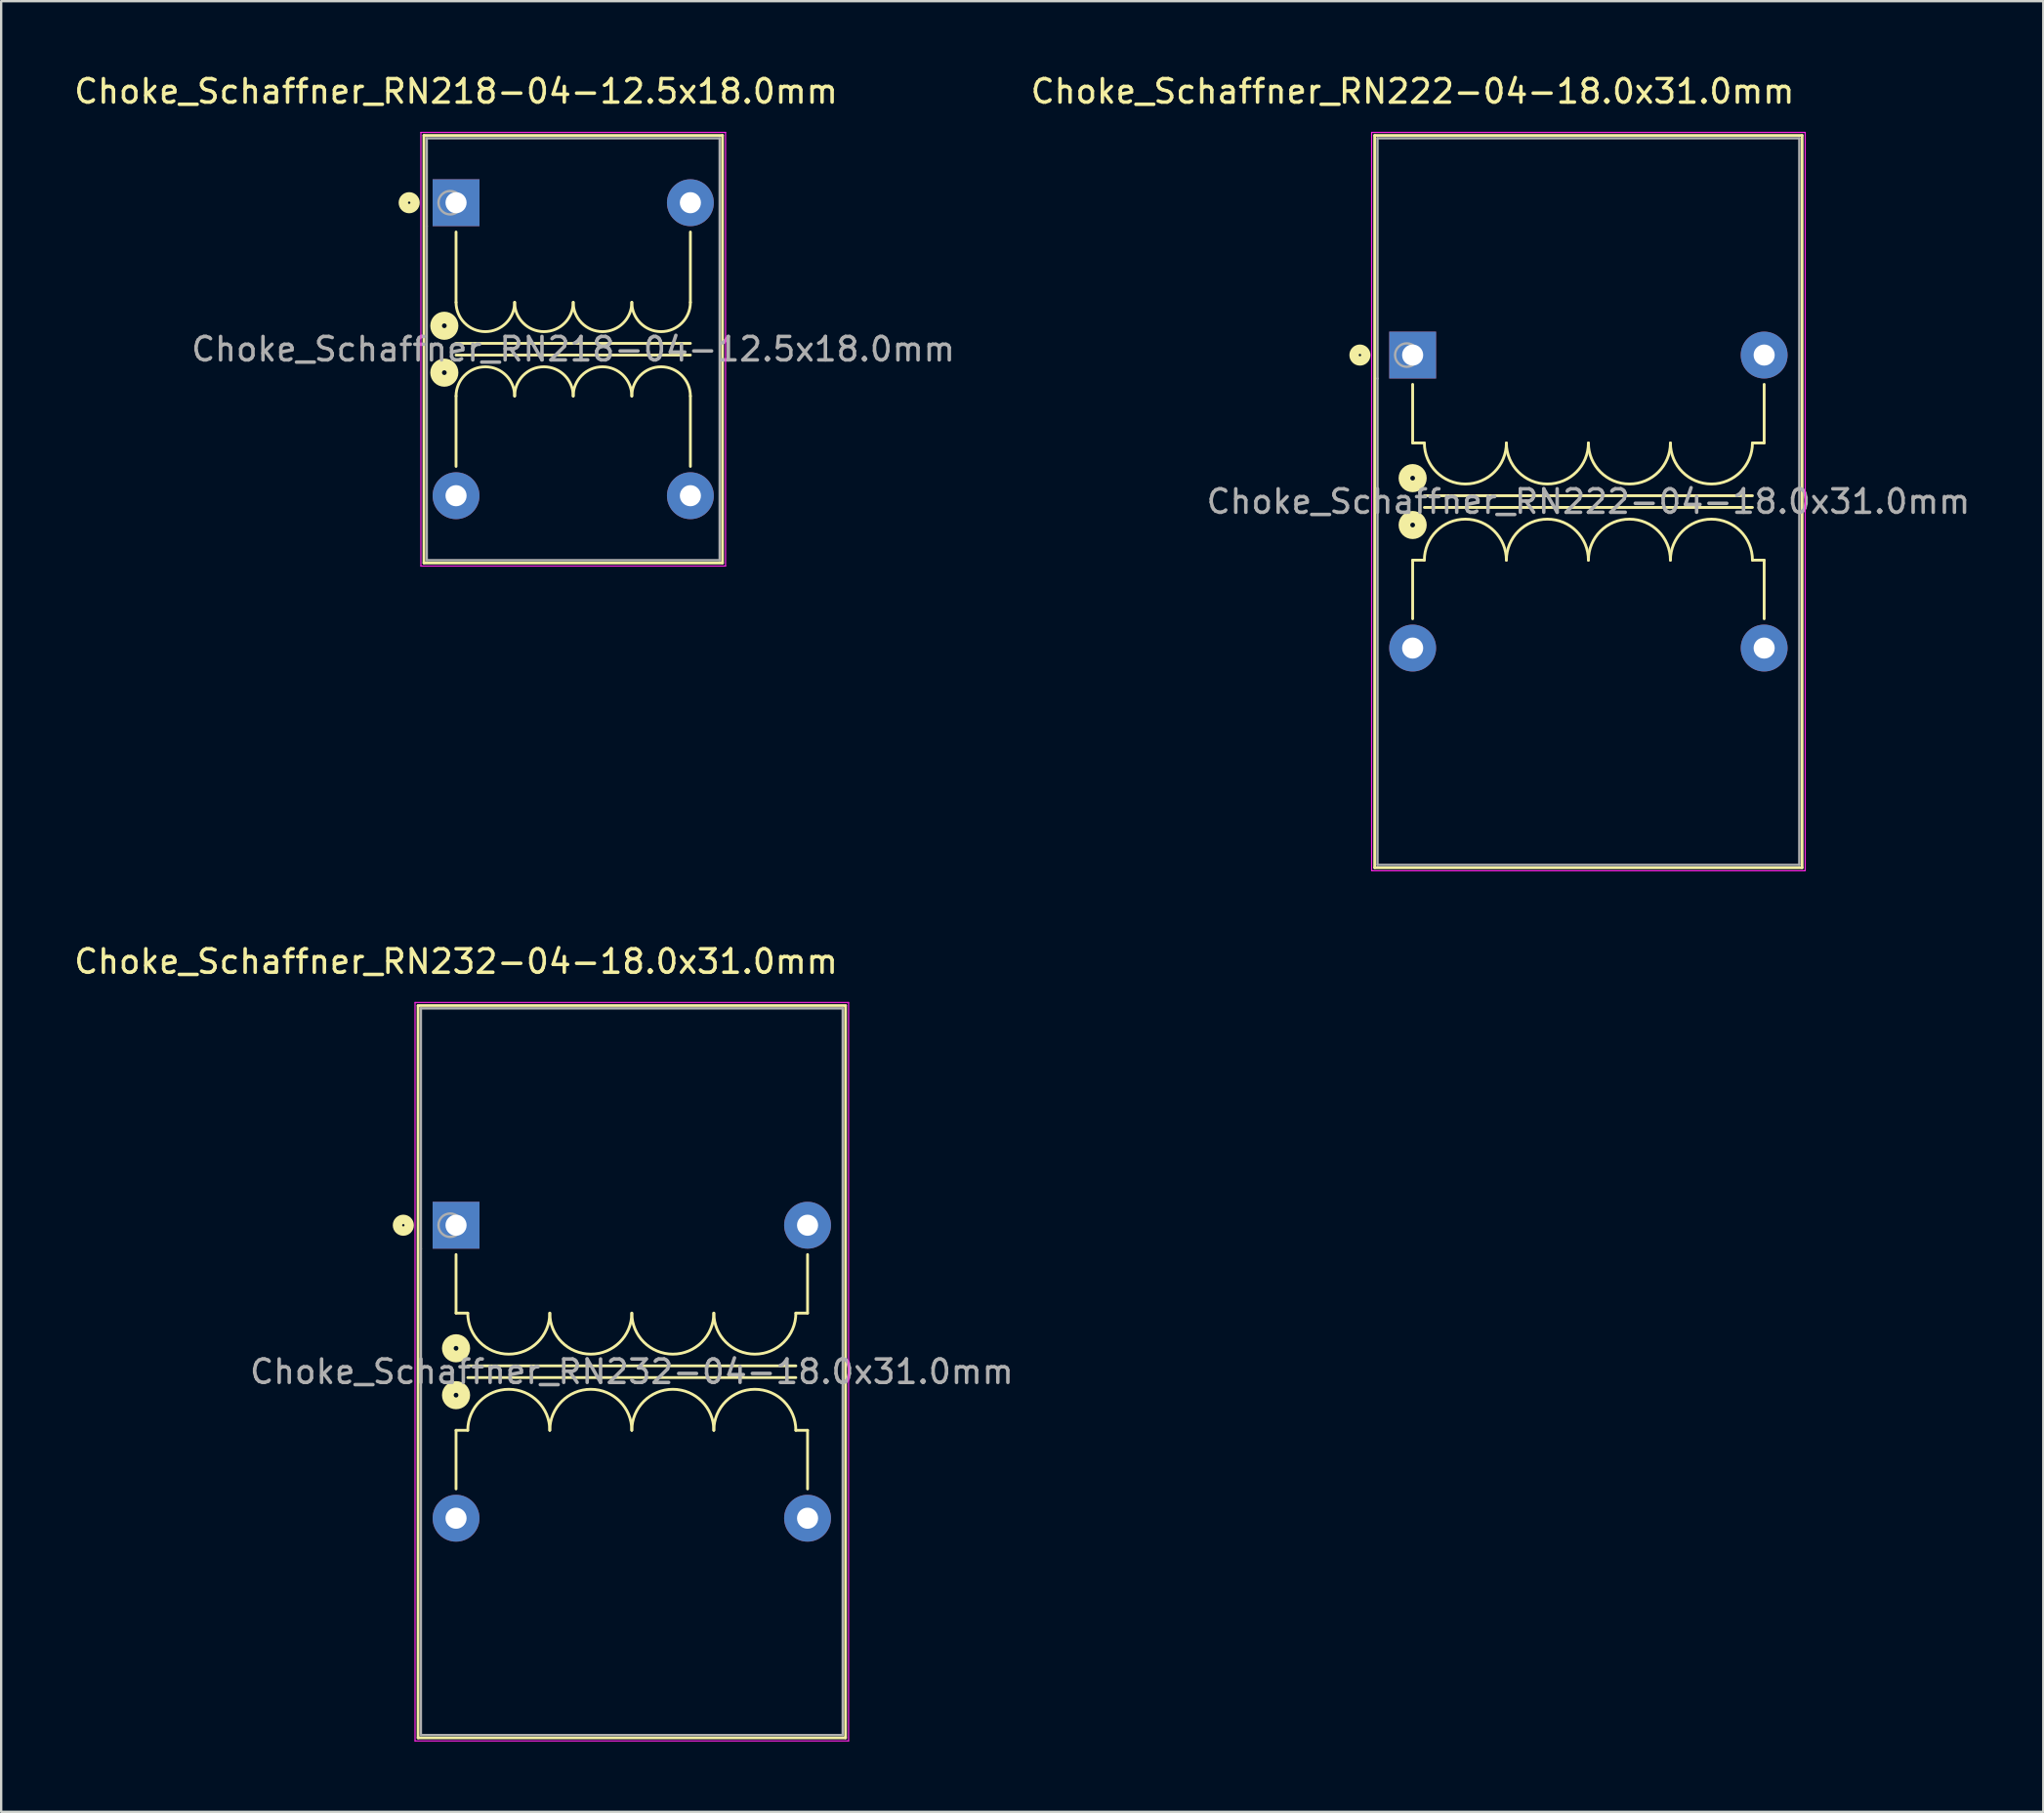
<source format=kicad_pcb>
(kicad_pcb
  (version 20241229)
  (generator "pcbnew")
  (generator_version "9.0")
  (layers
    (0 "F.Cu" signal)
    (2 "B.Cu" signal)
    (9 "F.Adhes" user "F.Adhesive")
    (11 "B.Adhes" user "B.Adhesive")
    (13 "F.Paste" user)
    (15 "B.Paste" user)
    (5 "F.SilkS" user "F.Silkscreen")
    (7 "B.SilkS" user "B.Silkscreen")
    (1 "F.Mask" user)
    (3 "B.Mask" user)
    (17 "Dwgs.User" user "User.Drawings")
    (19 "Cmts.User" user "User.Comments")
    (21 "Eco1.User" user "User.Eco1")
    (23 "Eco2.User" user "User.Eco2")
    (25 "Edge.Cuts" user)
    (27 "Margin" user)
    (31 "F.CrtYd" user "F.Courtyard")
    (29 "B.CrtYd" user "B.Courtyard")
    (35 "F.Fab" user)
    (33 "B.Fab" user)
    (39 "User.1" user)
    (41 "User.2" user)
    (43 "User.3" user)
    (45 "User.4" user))
  (footprint "Choke_Schaffner_RN218-04-12.5x18.0mm"
    (layer "F.Cu")
    (at 16.411 5.598)
    (property "Reference" "Choke_Schaffner_RN218-04-12.5x18.0mm" (at 0 -4.75 0) (layer "F.SilkS") (effects (font (size 1 1) (thickness 0.15))))
    (attr through_hole)
    (fp_line (start -1.37 -2.87) (end 11.37 -2.87) (stroke (width 0.12) (type solid)) (layer "F.SilkS"))
    (fp_line (start -1.37 15.37) (end -1.37 -2.87) (stroke (width 0.12) (type solid)) (layer "F.SilkS"))
    (fp_line (start 0 4.25) (end 0 1.25) (stroke (width 0.12) (type solid)) (layer "F.SilkS"))
    (fp_line (start 0 6.5) (end 10 6.5) (stroke (width 0.12) (type solid)) (layer "F.SilkS"))
    (fp_line (start 0 8.25) (end 0 11.25) (stroke (width 0.12) (type solid)) (layer "F.SilkS"))
    (fp_line (start 10 4.25) (end 10 1.25) (stroke (width 0.12) (type solid)) (layer "F.SilkS"))
    (fp_line (start 10 6) (end 0 6) (stroke (width 0.12) (type solid)) (layer "F.SilkS"))
    (fp_line (start 10 8.25) (end 10 11.25) (stroke (width 0.12) (type solid)) (layer "F.SilkS"))
    (fp_line (start 11.37 -2.87) (end 11.37 15.37) (stroke (width 0.12) (type solid)) (layer "F.SilkS"))
    (fp_line (start 11.37 15.37) (end -1.37 15.37) (stroke (width 0.12) (type solid)) (layer "F.SilkS"))
    (fp_arc (start 0 8.25) (mid 1.25 7) (end 2.5 8.25) (stroke (width 0.12) (type solid)) (layer "F.SilkS"))
    (fp_arc (start 2.5 4.25) (mid 1.25 5.5) (end 0 4.25) (stroke (width 0.12) (type solid)) (layer "F.SilkS"))
    (fp_arc (start 2.5 8.25) (mid 3.75 7) (end 5 8.25) (stroke (width 0.12) (type solid)) (layer "F.SilkS"))
    (fp_arc (start 5 4.25) (mid 3.75 5.5) (end 2.5 4.25) (stroke (width 0.12) (type solid)) (layer "F.SilkS"))
    (fp_arc (start 5 8.25) (mid 6.25 7) (end 7.5 8.25) (stroke (width 0.12) (type solid)) (layer "F.SilkS"))
    (fp_arc (start 7.5 4.25) (mid 6.25 5.5) (end 5 4.25) (stroke (width 0.12) (type solid)) (layer "F.SilkS"))
    (fp_arc (start 7.5 8.25) (mid 8.75 7) (end 10 8.25) (stroke (width 0.12) (type solid)) (layer "F.SilkS"))
    (fp_arc (start 10 4.25) (mid 8.75 5.5) (end 7.5 4.25) (stroke (width 0.12) (type solid)) (layer "F.SilkS"))
    (fp_circle (center -2 0) (end -1.95 0) (stroke (width 0.4) (type solid)) (fill no) (layer "F.SilkS"))
    (fp_circle (center -0.5 5.25) (end -0.4 5.25) (stroke (width 0.5) (type solid)) (fill no) (layer "F.SilkS"))
    (fp_circle (center -0.5 7.25) (end -0.4 7.25) (stroke (width 0.5) (type solid)) (fill no) (layer "F.SilkS"))
    (fp_line (start -1.5 -3) (end -1.5 15.5) (stroke (width 0.05) (type solid)) (layer "F.CrtYd"))
    (fp_line (start -1.5 15.5) (end 11.5 15.5) (stroke (width 0.05) (type solid)) (layer "F.CrtYd"))
    (fp_line (start 11.5 -3) (end -1.5 -3) (stroke (width 0.05) (type solid)) (layer "F.CrtYd"))
    (fp_line (start 11.5 15.5) (end 11.5 -3) (stroke (width 0.05) (type solid)) (layer "F.CrtYd"))
    (fp_line (start -1.25 -2.75) (end 11.25 -2.75) (stroke (width 0.1) (type solid)) (layer "F.Fab"))
    (fp_line (start -1.25 1) (end -1.25 -2.75) (stroke (width 0.1) (type solid)) (layer "F.Fab"))
    (fp_line (start -1.25 15.25) (end -1.25 1) (stroke (width 0.1) (type solid)) (layer "F.Fab"))
    (fp_line (start 11.25 -2.75) (end 11.25 15.25) (stroke (width 0.1) (type solid)) (layer "F.Fab"))
    (fp_line (start 11.25 15.25) (end -1.25 15.25) (stroke (width 0.1) (type solid)) (layer "F.Fab"))
    (fp_circle (center -0.25 0) (end 0.25 0) (stroke (width 0.1) (type solid)) (fill no) (layer "F.Fab"))
    (fp_text user "${REFERENCE}" (at 5 6.25 0) (layer "F.Fab") (effects (font (size 1 1) (thickness 0.15))))
    (pad "1" thru_hole rect (at 0 0) (size 2 2) (drill 0.9) (layers "*.Cu" "*.Mask"))
    (pad "2" thru_hole circle (at 10 0) (size 2 2) (drill 0.9) (layers "*.Cu" "*.Mask"))
    (pad "3" thru_hole circle (at 0 12.5) (size 2 2) (drill 0.9) (layers "*.Cu" "*.Mask"))
    (pad "4" thru_hole circle (at 10 12.5) (size 2 2) (drill 0.9) (layers "*.Cu" "*.Mask")))
  (footprint "Choke_Schaffner_RN232-04-18.0x31.0mm"
    (layer "F.Cu")
    (at 16.411 49.221)
    (property "Reference" "Choke_Schaffner_RN232-04-18.0x31.0mm" (at 0 -11.25 0) (layer "F.SilkS") (effects (font (size 1 1) (thickness 0.15))))
    (attr through_hole)
    (fp_line (start -1.62 -9.37) (end 16.62 -9.37) (stroke (width 0.12) (type solid)) (layer "F.SilkS"))
    (fp_line (start -1.62 21.87) (end -1.62 -9.37) (stroke (width 0.12) (type solid)) (layer "F.SilkS"))
    (fp_line (start 0 3.75) (end 0 1.25) (stroke (width 0.12) (type solid)) (layer "F.SilkS"))
    (fp_line (start 0 8.75) (end 0 11.25) (stroke (width 0.12) (type solid)) (layer "F.SilkS"))
    (fp_line (start 0.5 3.75) (end 0 3.75) (stroke (width 0.12) (type solid)) (layer "F.SilkS"))
    (fp_line (start 0.5 6.5) (end 14.5 6.5) (stroke (width 0.12) (type solid)) (layer "F.SilkS"))
    (fp_line (start 0.5 8.75) (end 0 8.75) (stroke (width 0.12) (type solid)) (layer "F.SilkS"))
    (fp_line (start 14.5 3.75) (end 15 3.75) (stroke (width 0.12) (type solid)) (layer "F.SilkS"))
    (fp_line (start 14.5 6) (end 0.5 6) (stroke (width 0.12) (type solid)) (layer "F.SilkS"))
    (fp_line (start 14.5 8.75) (end 15 8.75) (stroke (width 0.12) (type solid)) (layer "F.SilkS"))
    (fp_line (start 15 3.75) (end 15 1.25) (stroke (width 0.12) (type solid)) (layer "F.SilkS"))
    (fp_line (start 15 8.75) (end 15 11.25) (stroke (width 0.12) (type solid)) (layer "F.SilkS"))
    (fp_line (start 16.62 -9.37) (end 16.62 21.87) (stroke (width 0.12) (type solid)) (layer "F.SilkS"))
    (fp_line (start 16.62 21.87) (end -1.62 21.87) (stroke (width 0.12) (type solid)) (layer "F.SilkS"))
    (fp_arc (start 0.5 8.75) (mid 2.25 7) (end 4 8.75) (stroke (width 0.12) (type solid)) (layer "F.SilkS"))
    (fp_arc (start 4 3.75) (mid 2.25 5.5) (end 0.5 3.75) (stroke (width 0.12) (type solid)) (layer "F.SilkS"))
    (fp_arc (start 4 8.75) (mid 5.75 7) (end 7.5 8.75) (stroke (width 0.12) (type solid)) (layer "F.SilkS"))
    (fp_arc (start 7.5 3.75) (mid 5.75 5.5) (end 4 3.75) (stroke (width 0.12) (type solid)) (layer "F.SilkS"))
    (fp_arc (start 7.5 8.75) (mid 9.25 7) (end 11 8.75) (stroke (width 0.12) (type solid)) (layer "F.SilkS"))
    (fp_arc (start 11 3.75) (mid 9.25 5.5) (end 7.5 3.75) (stroke (width 0.12) (type solid)) (layer "F.SilkS"))
    (fp_arc (start 11 8.75) (mid 12.75 7) (end 14.5 8.75) (stroke (width 0.12) (type solid)) (layer "F.SilkS"))
    (fp_arc (start 14.5 3.75) (mid 12.75 5.5) (end 11 3.75) (stroke (width 0.12) (type solid)) (layer "F.SilkS"))
    (fp_circle (center -2.25 0) (end -2.2 0) (stroke (width 0.4) (type solid)) (fill no) (layer "F.SilkS"))
    (fp_circle (center 0 5.25) (end 0.1 5.25) (stroke (width 0.5) (type solid)) (fill no) (layer "F.SilkS"))
    (fp_circle (center 0 7.25) (end 0.1 7.25) (stroke (width 0.5) (type solid)) (fill no) (layer "F.SilkS"))
    (fp_line (start -1.75 -9.5) (end -1.75 22) (stroke (width 0.05) (type solid)) (layer "F.CrtYd"))
    (fp_line (start -1.75 22) (end 16.75 22) (stroke (width 0.05) (type solid)) (layer "F.CrtYd"))
    (fp_line (start 16.75 -9.5) (end -1.75 -9.5) (stroke (width 0.05) (type solid)) (layer "F.CrtYd"))
    (fp_line (start 16.75 22) (end 16.75 -9.5) (stroke (width 0.05) (type solid)) (layer "F.CrtYd"))
    (fp_line (start -1.5 -9.25) (end 16.5 -9.25) (stroke (width 0.1) (type solid)) (layer "F.Fab"))
    (fp_line (start -1.5 1) (end -1.5 -9.25) (stroke (width 0.1) (type solid)) (layer "F.Fab"))
    (fp_line (start -1.5 21.75) (end -1.5 1) (stroke (width 0.1) (type solid)) (layer "F.Fab"))
    (fp_line (start 16.5 -9.25) (end 16.5 21.75) (stroke (width 0.1) (type solid)) (layer "F.Fab"))
    (fp_line (start 16.5 21.75) (end -1.5 21.75) (stroke (width 0.1) (type solid)) (layer "F.Fab"))
    (fp_circle (center -0.25 0) (end 0.25 0) (stroke (width 0.1) (type solid)) (fill no) (layer "F.Fab"))
    (fp_text user "${REFERENCE}" (at 7.5 6.25 0) (layer "F.Fab") (effects (font (size 1 1) (thickness 0.15))))
    (pad "1" thru_hole rect (at 0 0) (size 2 2) (drill 0.9) (layers "*.Cu" "*.Mask"))
    (pad "2" thru_hole circle (at 15 0) (size 2 2) (drill 0.9) (layers "*.Cu" "*.Mask"))
    (pad "3" thru_hole circle (at 0 12.5) (size 2 2) (drill 0.9) (layers "*.Cu" "*.Mask"))
    (pad "4" thru_hole circle (at 15 12.5) (size 2 2) (drill 0.9) (layers "*.Cu" "*.Mask")))
  (footprint "Choke_Schaffner_RN222-04-18.0x31.0mm"
    (layer "F.Cu")
    (at 57.232 12.098)
    (property "Reference" "Choke_Schaffner_RN222-04-18.0x31.0mm" (at 0 -11.25 0) (layer "F.SilkS") (effects (font (size 1 1) (thickness 0.15))))
    (attr through_hole)
    (fp_line (start -1.62 -9.37) (end 16.62 -9.37) (stroke (width 0.12) (type solid)) (layer "F.SilkS"))
    (fp_line (start -1.62 21.87) (end -1.62 -9.37) (stroke (width 0.12) (type solid)) (layer "F.SilkS"))
    (fp_line (start 0 3.75) (end 0 1.25) (stroke (width 0.12) (type solid)) (layer "F.SilkS"))
    (fp_line (start 0 8.75) (end 0 11.25) (stroke (width 0.12) (type solid)) (layer "F.SilkS"))
    (fp_line (start 0.5 3.75) (end 0 3.75) (stroke (width 0.12) (type solid)) (layer "F.SilkS"))
    (fp_line (start 0.5 6.5) (end 14.5 6.5) (stroke (width 0.12) (type solid)) (layer "F.SilkS"))
    (fp_line (start 0.5 8.75) (end 0 8.75) (stroke (width 0.12) (type solid)) (layer "F.SilkS"))
    (fp_line (start 14.5 3.75) (end 15 3.75) (stroke (width 0.12) (type solid)) (layer "F.SilkS"))
    (fp_line (start 14.5 6) (end 0.5 6) (stroke (width 0.12) (type solid)) (layer "F.SilkS"))
    (fp_line (start 14.5 8.75) (end 15 8.75) (stroke (width 0.12) (type solid)) (layer "F.SilkS"))
    (fp_line (start 15 3.75) (end 15 1.25) (stroke (width 0.12) (type solid)) (layer "F.SilkS"))
    (fp_line (start 15 8.75) (end 15 11.25) (stroke (width 0.12) (type solid)) (layer "F.SilkS"))
    (fp_line (start 16.62 -9.37) (end 16.62 21.87) (stroke (width 0.12) (type solid)) (layer "F.SilkS"))
    (fp_line (start 16.62 21.87) (end -1.62 21.87) (stroke (width 0.12) (type solid)) (layer "F.SilkS"))
    (fp_arc (start 0.5 8.75) (mid 2.25 7) (end 4 8.75) (stroke (width 0.12) (type solid)) (layer "F.SilkS"))
    (fp_arc (start 4 3.75) (mid 2.25 5.5) (end 0.5 3.75) (stroke (width 0.12) (type solid)) (layer "F.SilkS"))
    (fp_arc (start 4 8.75) (mid 5.75 7) (end 7.5 8.75) (stroke (width 0.12) (type solid)) (layer "F.SilkS"))
    (fp_arc (start 7.5 3.75) (mid 5.75 5.5) (end 4 3.75) (stroke (width 0.12) (type solid)) (layer "F.SilkS"))
    (fp_arc (start 7.5 8.75) (mid 9.25 7) (end 11 8.75) (stroke (width 0.12) (type solid)) (layer "F.SilkS"))
    (fp_arc (start 11 3.75) (mid 9.25 5.5) (end 7.5 3.75) (stroke (width 0.12) (type solid)) (layer "F.SilkS"))
    (fp_arc (start 11 8.75) (mid 12.75 7) (end 14.5 8.75) (stroke (width 0.12) (type solid)) (layer "F.SilkS"))
    (fp_arc (start 14.5 3.75) (mid 12.75 5.5) (end 11 3.75) (stroke (width 0.12) (type solid)) (layer "F.SilkS"))
    (fp_circle (center -2.25 0) (end -2.2 0) (stroke (width 0.4) (type solid)) (fill no) (layer "F.SilkS"))
    (fp_circle (center 0 5.25) (end 0.1 5.25) (stroke (width 0.5) (type solid)) (fill no) (layer "F.SilkS"))
    (fp_circle (center 0 7.25) (end 0.1 7.25) (stroke (width 0.5) (type solid)) (fill no) (layer "F.SilkS"))
    (fp_line (start -1.75 -9.5) (end -1.75 22) (stroke (width 0.05) (type solid)) (layer "F.CrtYd"))
    (fp_line (start -1.75 22) (end 16.75 22) (stroke (width 0.05) (type solid)) (layer "F.CrtYd"))
    (fp_line (start 16.75 -9.5) (end -1.75 -9.5) (stroke (width 0.05) (type solid)) (layer "F.CrtYd"))
    (fp_line (start 16.75 22) (end 16.75 -9.5) (stroke (width 0.05) (type solid)) (layer "F.CrtYd"))
    (fp_line (start -1.5 -9.25) (end 16.5 -9.25) (stroke (width 0.1) (type solid)) (layer "F.Fab"))
    (fp_line (start -1.5 1) (end -1.5 -9.25) (stroke (width 0.1) (type solid)) (layer "F.Fab"))
    (fp_line (start -1.5 21.75) (end -1.5 1) (stroke (width 0.1) (type solid)) (layer "F.Fab"))
    (fp_line (start 16.5 -9.25) (end 16.5 21.75) (stroke (width 0.1) (type solid)) (layer "F.Fab"))
    (fp_line (start 16.5 21.75) (end -1.5 21.75) (stroke (width 0.1) (type solid)) (layer "F.Fab"))
    (fp_circle (center -0.25 0) (end 0.25 0) (stroke (width 0.1) (type solid)) (fill no) (layer "F.Fab"))
    (fp_text user "${REFERENCE}" (at 7.5 6.25 0) (layer "F.Fab") (effects (font (size 1 1) (thickness 0.15))))
    (pad "1" thru_hole rect (at 0 0) (size 2 2) (drill 0.9) (layers "*.Cu" "*.Mask"))
    (pad "2" thru_hole circle (at 15 0) (size 2 2) (drill 0.9) (layers "*.Cu" "*.Mask"))
    (pad "3" thru_hole circle (at 0 12.5) (size 2 2) (drill 0.9) (layers "*.Cu" "*.Mask"))
    (pad "4" thru_hole circle (at 15 12.5) (size 2 2) (drill 0.9) (layers "*.Cu" "*.Mask")))
  (gr_rect
    (start -3 -3)
    (end 84.143 74.246)
    (stroke (width 0.1) (type default))
    (fill no)
    (layer "Edge.Cuts")))
</source>
